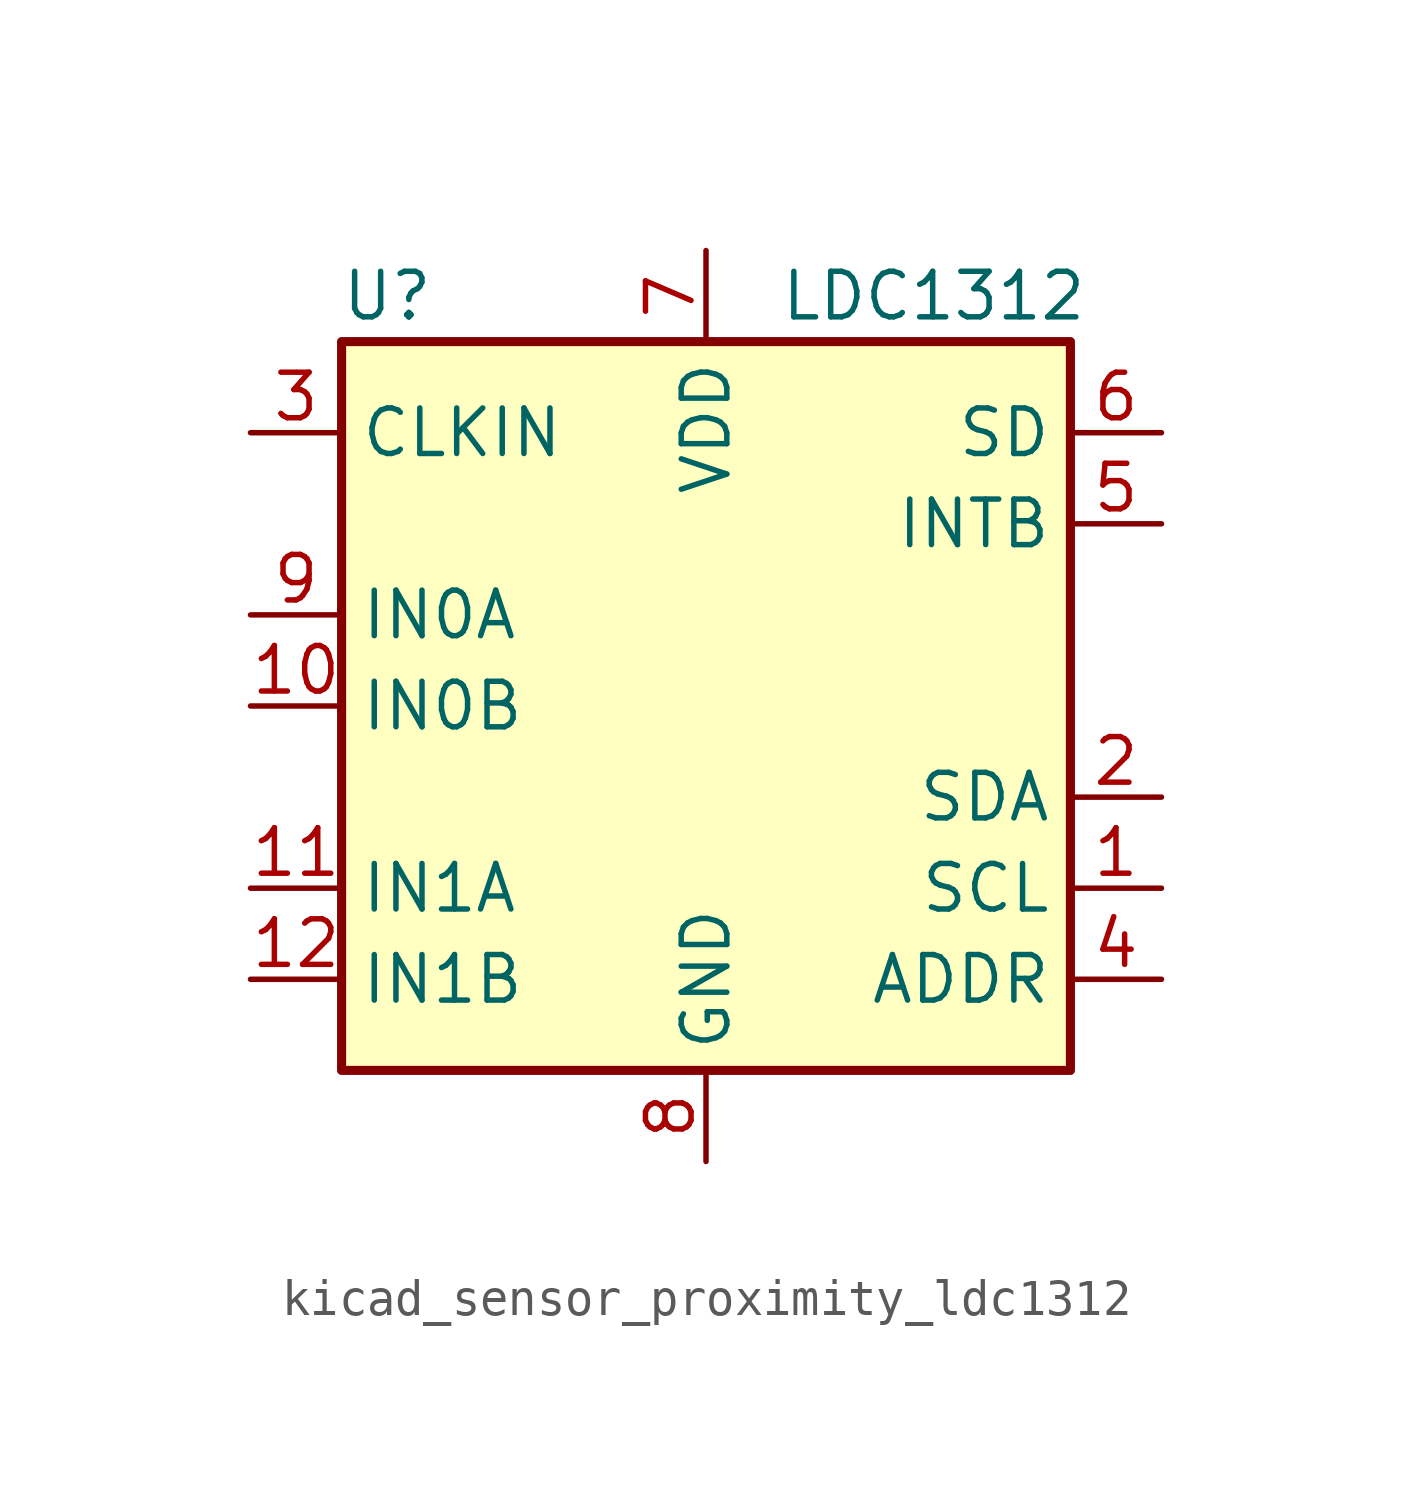
<source format=kicad_sym>
(kicad_symbol_lib
  (version 20220914)
  (generator kicad_symbol_editor)
  (symbol "kicad_sensor_proximity_ldc1312"
    (property "Reference" "U"
      (at -8.89 11.43 0)
      (effects (font (size 1.27 1.27))))
    (property "Value" "LDC1312"
      (at 6.35 11.43 0)
      (effects (font (size 1.27 1.27))))
    (symbol "kicad_sensor_proximity_ldc1312_0_1"
      (rectangle (start -10.16 -10.16) (end 10.16 10.16) (stroke (width 0.254) (type default)) (fill (type background))))
    (symbol "kicad_sensor_proximity_ldc1312_1_1"
      (pin input line (at 12.7 -5.08 180) (length 2.54) (name "SCL" (effects (font (size 1.27 1.27)))) (number "1" (effects (font (size 1.27 1.27)))))
      (pin input line (at -12.7 0 0) (length 2.54) (name "IN0B" (effects (font (size 1.27 1.27)))) (number "10" (effects (font (size 1.27 1.27)))))
      (pin input line (at -12.7 -5.08 0) (length 2.54) (name "IN1A" (effects (font (size 1.27 1.27)))) (number "11" (effects (font (size 1.27 1.27)))))
      (pin input line (at -12.7 -7.62 0) (length 2.54) (name "IN1B" (effects (font (size 1.27 1.27)))) (number "12" (effects (font (size 1.27 1.27)))))
      (pin passive line (at 0 -12.7 90) (length 2.54) hide (name "GND" (effects (font (size 1.27 1.27)))) (number "13" (effects (font (size 1.27 1.27)))))
      (pin bidirectional line (at 12.7 -2.54 180) (length 2.54) (name "SDA" (effects (font (size 1.27 1.27)))) (number "2" (effects (font (size 1.27 1.27)))))
      (pin input line (at -12.7 7.62 0) (length 2.54) (name "CLKIN" (effects (font (size 1.27 1.27)))) (number "3" (effects (font (size 1.27 1.27)))))
      (pin input line (at 12.7 -7.62 180) (length 2.54) (name "ADDR" (effects (font (size 1.27 1.27)))) (number "4" (effects (font (size 1.27 1.27)))))
      (pin open_collector line (at 12.7 5.08 180) (length 2.54) (name "INTB" (effects (font (size 1.27 1.27)))) (number "5" (effects (font (size 1.27 1.27)))))
      (pin input line (at 12.7 7.62 180) (length 2.54) (name "SD" (effects (font (size 1.27 1.27)))) (number "6" (effects (font (size 1.27 1.27)))))
      (pin power_in line (at 0 12.7 270) (length 2.54) (name "VDD" (effects (font (size 1.27 1.27)))) (number "7" (effects (font (size 1.27 1.27)))))
      (pin power_in line (at 0 -12.7 90) (length 2.54) (name "GND" (effects (font (size 1.27 1.27)))) (number "8" (effects (font (size 1.27 1.27)))))
      (pin input line (at -12.7 2.54 0) (length 2.54) (name "IN0A" (effects (font (size 1.27 1.27)))) (number "9" (effects (font (size 1.27 1.27))))))))
</source>
